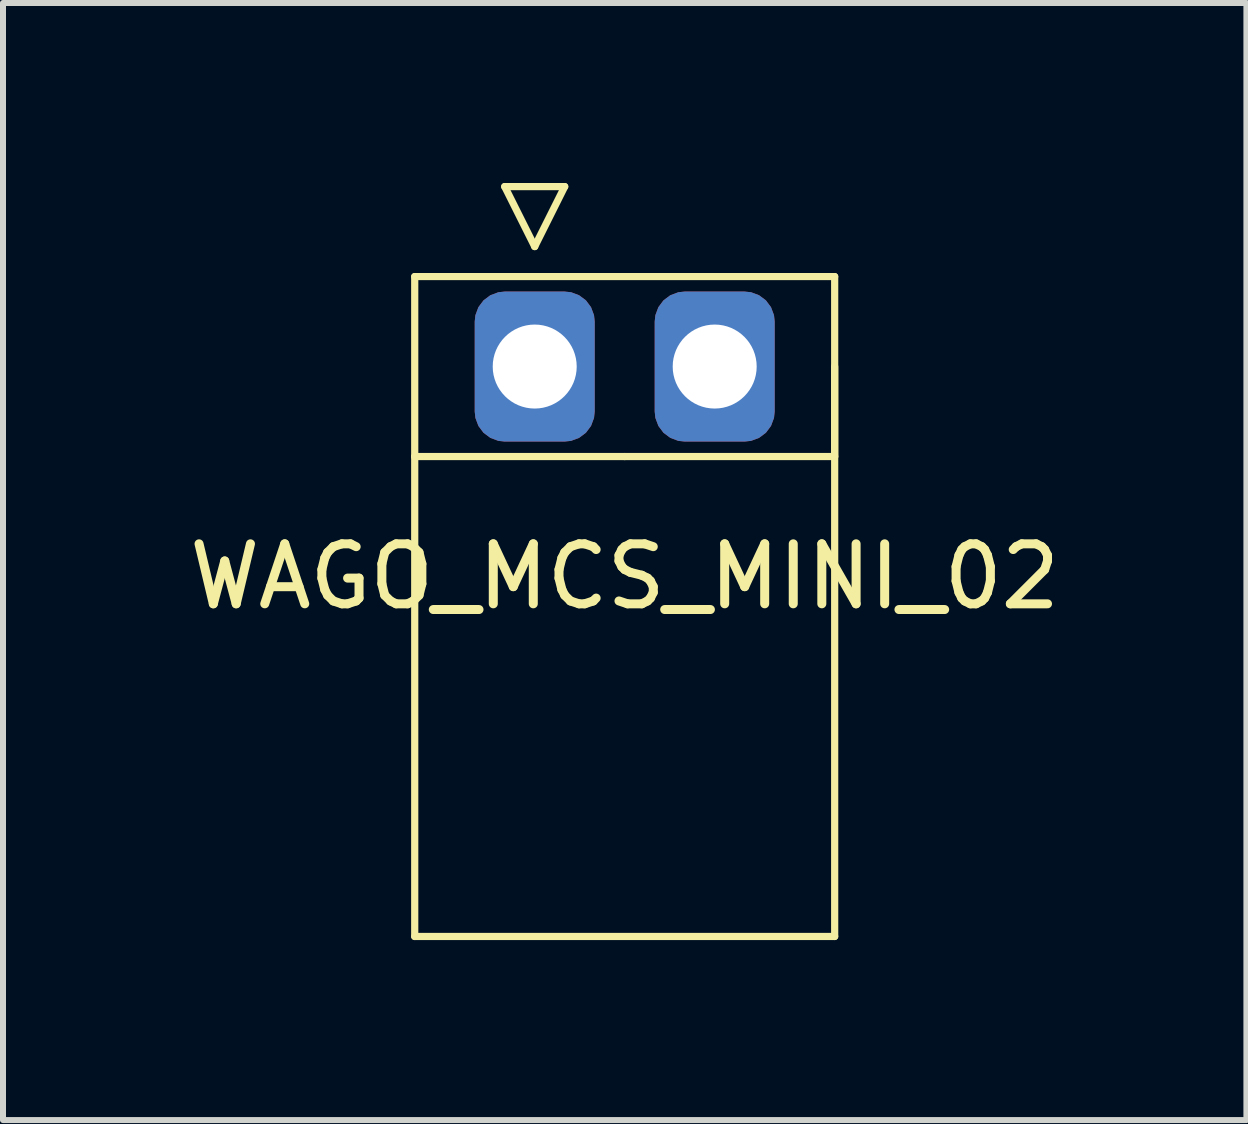
<source format=kicad_pcb>
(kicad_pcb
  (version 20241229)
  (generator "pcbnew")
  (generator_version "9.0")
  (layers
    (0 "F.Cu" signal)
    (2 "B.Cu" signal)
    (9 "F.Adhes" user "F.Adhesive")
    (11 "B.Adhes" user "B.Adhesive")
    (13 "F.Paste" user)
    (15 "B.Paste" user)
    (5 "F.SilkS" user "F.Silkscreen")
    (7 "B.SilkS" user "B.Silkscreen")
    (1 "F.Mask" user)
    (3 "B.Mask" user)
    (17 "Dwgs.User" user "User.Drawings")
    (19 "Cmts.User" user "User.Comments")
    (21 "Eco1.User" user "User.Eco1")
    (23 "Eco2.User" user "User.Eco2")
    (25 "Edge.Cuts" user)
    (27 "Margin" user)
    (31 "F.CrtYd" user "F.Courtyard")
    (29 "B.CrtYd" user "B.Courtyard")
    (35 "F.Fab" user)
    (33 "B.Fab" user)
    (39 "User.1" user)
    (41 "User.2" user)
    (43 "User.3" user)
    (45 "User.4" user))
  (footprint "WAGO_MCS_MINI_02"
    (layer "F.Cu")
    (at 7.363 3.06)
    (property "Reference" "WAGO_MCS_MINI_02" (at 0 3.5 0) (layer "F.SilkS") (effects (font (size 1 1) (thickness 0.15))))
    (attr through_hole)
    (fp_line (start -3.5 -1.5) (end 3.5 -1.5) (stroke (width 0.12) (type solid)) (layer "F.SilkS"))
    (fp_line (start -3.5 1.5) (end -3.5 -1.5) (stroke (width 0.12) (type solid)) (layer "F.SilkS"))
    (fp_line (start -3.5 9.5) (end -3.5 1.5) (stroke (width 0.12) (type solid)) (layer "F.SilkS"))
    (fp_line (start -2 -3) (end -1.5 -2) (stroke (width 0.12) (type solid)) (layer "F.SilkS"))
    (fp_line (start -1.5 -2) (end -1 -3) (stroke (width 0.12) (type solid)) (layer "F.SilkS"))
    (fp_line (start -1 -3) (end -2 -3) (stroke (width 0.12) (type solid)) (layer "F.SilkS"))
    (fp_line (start 0 1.5) (end -3.5 1.5) (stroke (width 0.12) (type solid)) (layer "F.SilkS"))
    (fp_line (start 0 1.5) (end 3.5 1.5) (stroke (width 0.12) (type solid)) (layer "F.SilkS"))
    (fp_line (start 3.5 0) (end 3.5 9.5) (stroke (width 0.12) (type solid)) (layer "F.SilkS"))
    (fp_line (start 3.5 1.5) (end 3.5 -1.5) (stroke (width 0.12) (type solid)) (layer "F.SilkS"))
    (fp_line (start 3.5 9.5) (end -3.5 9.5) (stroke (width 0.12) (type solid)) (layer "F.SilkS"))
    (pad "1" thru_hole roundrect (at -1.5 0) (size 2 2.5) (drill 1.4) (layers "*.Cu" "*.Mask") (roundrect_rratio 0.25))
    (pad "2" thru_hole roundrect (at 1.5 0) (size 2 2.5) (drill 1.4) (layers "*.Cu" "*.Mask") (roundrect_rratio 0.25)))
  (gr_rect
    (start -3 -3)
    (end 17.726 15.62)
    (stroke (width 0.1) (type default))
    (fill no)
    (layer "Edge.Cuts")))
</source>
